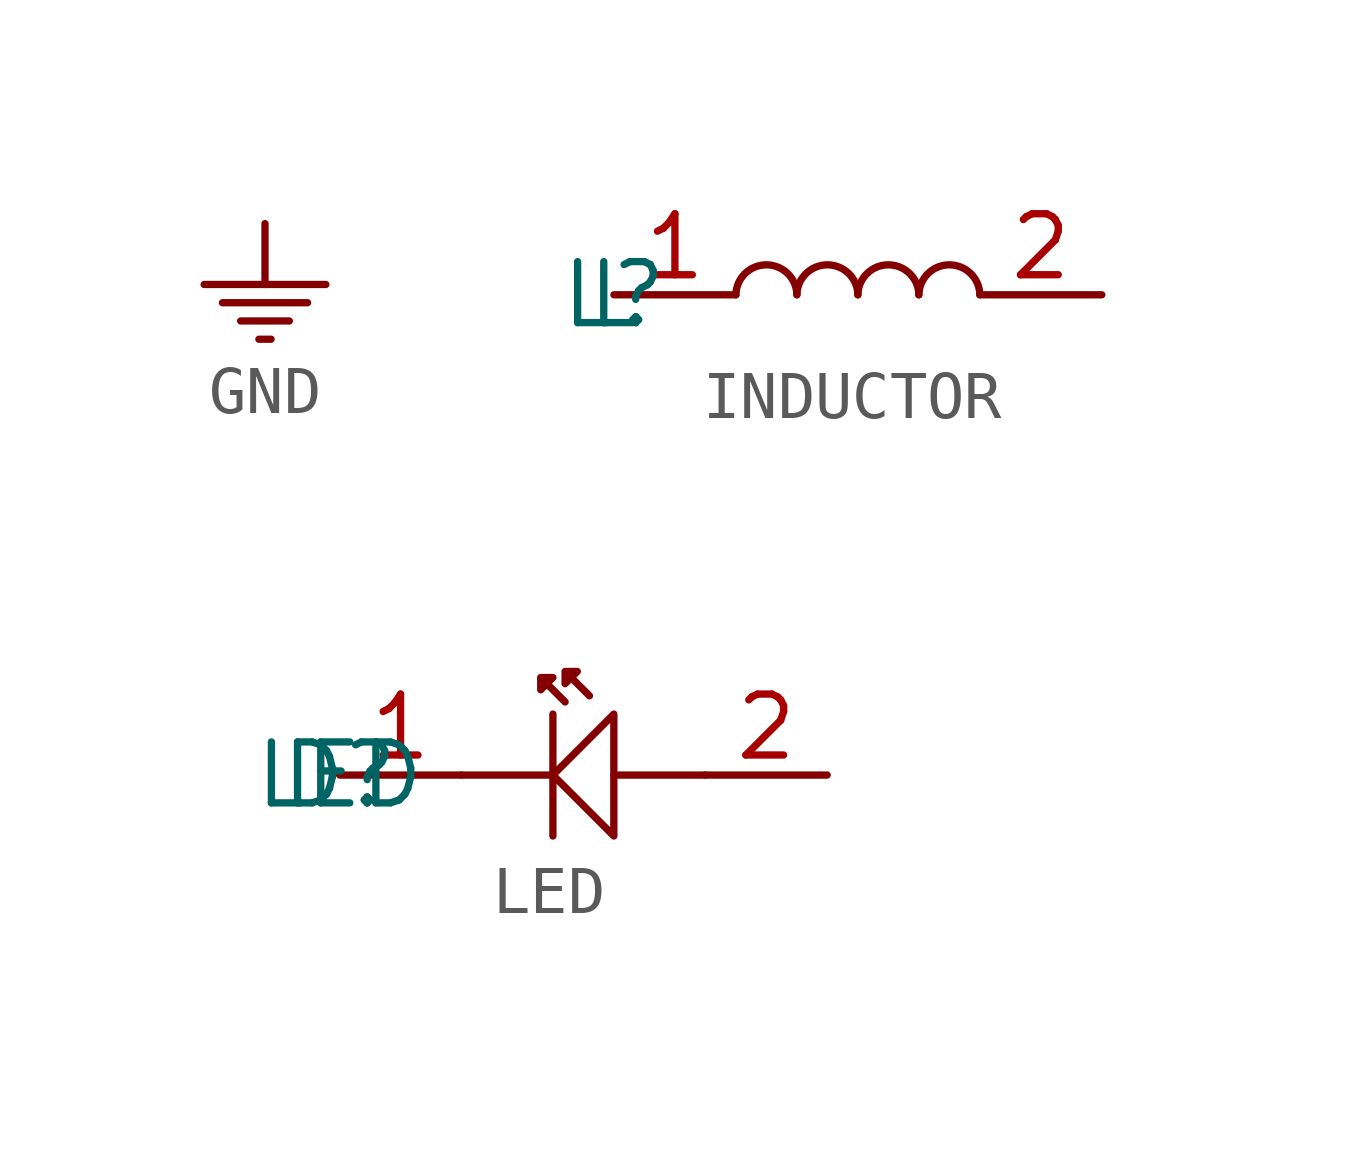
<source format=kicad_sym>
(kicad_symbol_lib
  (version 20220914)
  (generator kicad_symbol_editor)
  (symbol "GND"
    (power)
    (pin_names
      (offset 0))
    (property "Reference" "#PWR"
      (at 0 0 0)
      (effects (font (size 1.27 1.27)) hide))
    (symbol "GND_0_1"
      (polyline (pts (xy -1.27 -1.27) (xy 1.27 -1.27)) (stroke (width 0) (type default)) (fill (type none)))
      (polyline (pts (xy -0.889 -1.651) (xy 0.889 -1.651)) (stroke (width 0) (type default)) (fill (type none)))
      (polyline (pts (xy -0.508 -2.032) (xy 0.508 -2.032)) (stroke (width 0) (type default)) (fill (type none)))
      (polyline (pts (xy -0.127 -2.413) (xy 0.127 -2.413)) (stroke (width 0) (type default)) (fill (type none)))
      (polyline (pts (xy 0 0) (xy 0 -1.27)) (stroke (width 0) (type default)) (fill (type none))))
    (symbol "GND_1_1"
      (pin power_in line (at 0 0 270) (length 0) hide (name "GND" (effects (font (size 1.27 1.27)))) (number "1" (effects (font (size 1.27 1.27)))))))
  (symbol "INDUCTOR"
    (pin_names
      (offset 0))
    (property "Reference" "L"
      (at 0 0 0)
      (effects (font (size 1.27 1.27))))
    (property "Value" "L"
      (at 0 0 0)
      (effects (font (size 1.27 1.27))))
    (symbol "INDUCTOR_0_1"
      (arc (start 3.81 0) (mid 3.175 0.6238) (end 2.54 0) (stroke (width 0) (type default)) (fill (type none)))
      (arc (start 5.08 0) (mid 4.445 0.6238) (end 3.81 0) (stroke (width 0) (type default)) (fill (type none)))
      (arc (start 6.35 0) (mid 5.715 0.6238) (end 5.08 0) (stroke (width 0) (type default)) (fill (type none)))
      (arc (start 7.62 0) (mid 6.985 0.6238) (end 6.35 0) (stroke (width 0) (type default)) (fill (type none))))
    (symbol "INDUCTOR_1_1"
      (pin passive line (at 0 0 0) (length 2.54) (name "" (effects (font (size 1.27 1.27)))) (number "1" (effects (font (size 1.27 1.27)))))
      (pin passive line (at 10.16 0 180) (length 2.54) (name "" (effects (font (size 1.27 1.27)))) (number "2" (effects (font (size 1.27 1.27)))))))
  (symbol "LED"
    (pin_names
      (offset 0) hide)
    (property "Reference" "D"
      (at 0 0 0)
      (effects (font (size 1.27 1.27))))
    (property "Value" "LED"
      (at 0 0 0)
      (effects (font (size 1.27 1.27))))
    (symbol "LED_0_1"
      (polyline (pts (xy 4.445 0) (xy 2.54 0)) (stroke (width 0) (type default)) (fill (type none)))
      (polyline (pts (xy 4.445 1.27) (xy 4.445 -1.27)) (stroke (width 0) (type default)) (fill (type none)))
      (polyline (pts (xy 7.62 0) (xy 5.715 0)) (stroke (width 0) (type default)) (fill (type none)))
      (polyline (pts (xy 4.445 0) (xy 5.715 -1.27) (xy 5.715 1.27) (xy 4.445 0)) (stroke (width 0) (type default)) (fill (type none)))
      (polyline (pts (xy 4.699 1.524) (xy 4.191 2.032) (xy 4.191 1.778) (xy 4.445 2.032) (xy 4.191 2.032)) (stroke (width 0) (type default)) (fill (type none)))
      (polyline (pts (xy 5.207 1.651) (xy 4.699 2.159) (xy 4.699 1.905) (xy 4.953 2.159) (xy 4.699 2.159)) (stroke (width 0) (type default)) (fill (type none))))
    (symbol "LED_1_1"
      (pin passive line (at 0 0 0) (length 2.54) (name "K" (effects (font (size 1.27 1.27)))) (number "1" (effects (font (size 1.27 1.27)))))
      (pin passive line (at 10.16 0 180) (length 2.54) (name "A" (effects (font (size 1.27 1.27)))) (number "2" (effects (font (size 1.27 1.27))))))))
</source>
